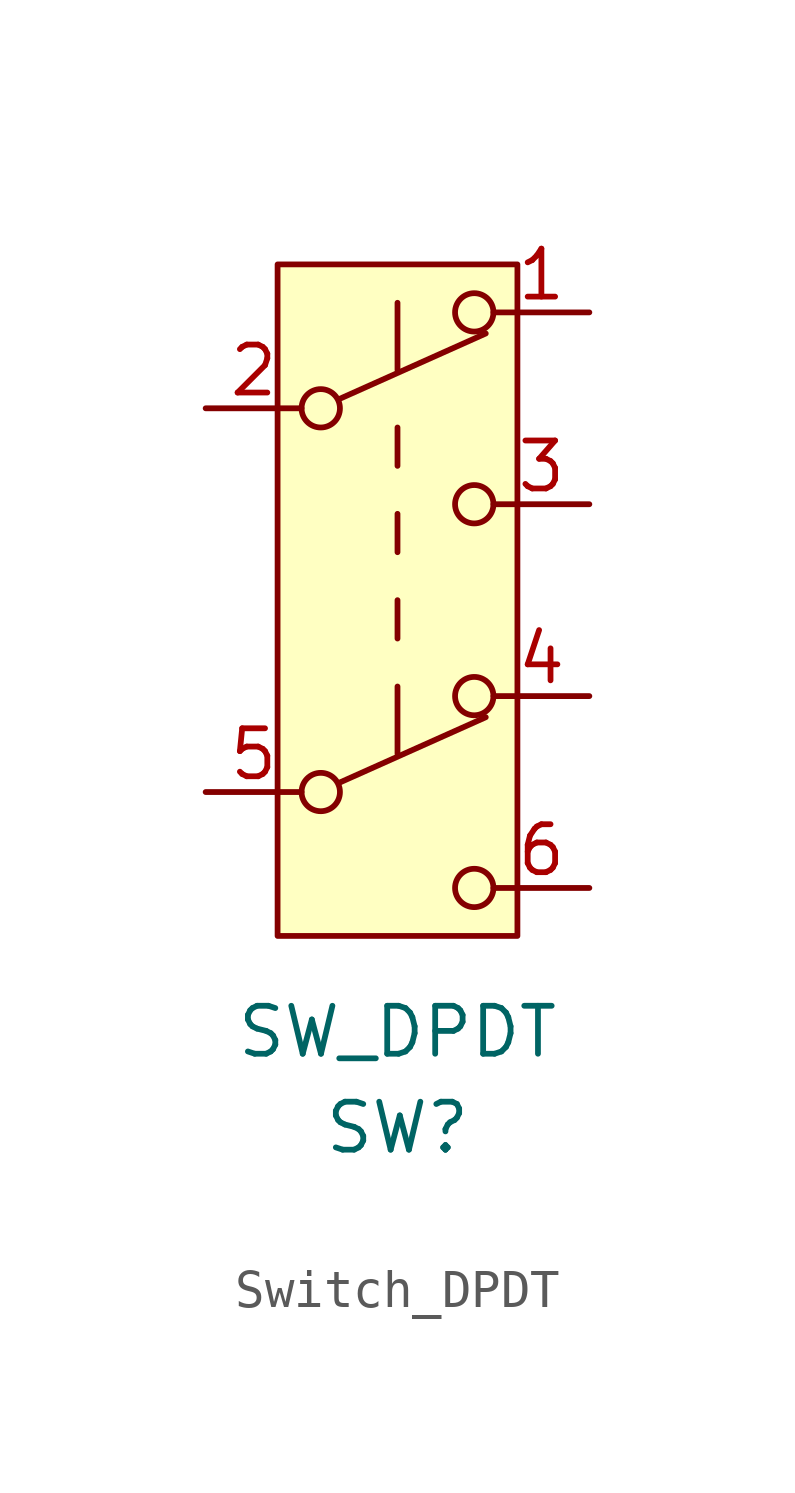
<source format=kicad_sym>
(kicad_symbol_lib
  (version 20231120)
  (generator "kicad_symbol_editor")
  (generator_version "8.0")
  (symbol "Switch_DPDT"
    (pin_names
      (offset 0) hide)
    (property "Reference" "SW"
      (at 0 -13.97 0)
      (effects (font (size 1.27 1.27))))
    (property "Value" "SW_DPDT"
      (at 0 -11.43 0)
      (effects (font (size 1.27 1.27))))
    (symbol "Switch_DPDT_0_0"
      (circle (center -2.032 -5.08) (radius 0.508) (stroke (width 0) (type default)) (fill (type none)))
      (circle (center -2.032 5.08) (radius 0.508) (stroke (width 0) (type default)) (fill (type none)))
      (circle (center 2.032 -7.62) (radius 0.508) (stroke (width 0) (type default)) (fill (type none)))
      (circle (center 2.032 2.54) (radius 0.508) (stroke (width 0) (type default)) (fill (type none))))
    (symbol "Switch_DPDT_0_1"
      (polyline (pts (xy -1.524 -4.826) (xy 2.337 -3.099)) (stroke (width 0) (type default)) (fill (type none)))
      (polyline (pts (xy -1.524 5.334) (xy 2.337 7.061)) (stroke (width 0) (type default)) (fill (type none)))
      (polyline (pts (xy 0 -2.286) (xy 0 -4.064)) (stroke (width 0) (type default)) (fill (type none)))
      (polyline (pts (xy 0 -1.016) (xy 0 0)) (stroke (width 0) (type default)) (fill (type none)))
      (polyline (pts (xy 0 1.27) (xy 0 2.286)) (stroke (width 0) (type default)) (fill (type none)))
      (polyline (pts (xy 0 3.556) (xy 0 4.572)) (stroke (width 0) (type default)) (fill (type none)))
      (polyline (pts (xy 0 7.874) (xy 0 6.096)) (stroke (width 0) (type default)) (fill (type none)))
      (circle (center 2.032 -2.54) (radius 0.508) (stroke (width 0) (type default)) (fill (type none)))
      (circle (center 2.032 7.62) (radius 0.508) (stroke (width 0) (type default)) (fill (type none))))
    (symbol "Switch_DPDT_1_1"
      (rectangle (start -3.175 8.89) (end 3.175 -8.89) (stroke (width 0) (type default)) (fill (type background)))
      (pin passive line (at 5.08 7.62 180) (length 2.54) (name "A" (effects (font (size 1.27 1.27)))) (number "1" (effects (font (size 1.27 1.27)))))
      (pin passive line (at -5.08 5.08 0) (length 2.54) (name "B" (effects (font (size 1.27 1.27)))) (number "2" (effects (font (size 1.27 1.27)))))
      (pin passive line (at 5.08 2.54 180) (length 2.54) (name "C" (effects (font (size 1.27 1.27)))) (number "3" (effects (font (size 1.27 1.27)))))
      (pin passive line (at 5.08 -2.54 180) (length 2.54) (name "A" (effects (font (size 1.27 1.27)))) (number "4" (effects (font (size 1.27 1.27)))))
      (pin passive line (at -5.08 -5.08 0) (length 2.54) (name "B" (effects (font (size 1.27 1.27)))) (number "5" (effects (font (size 1.27 1.27)))))
      (pin passive line (at 5.08 -7.62 180) (length 2.54) (name "C" (effects (font (size 1.27 1.27)))) (number "6" (effects (font (size 1.27 1.27))))))))
</source>
